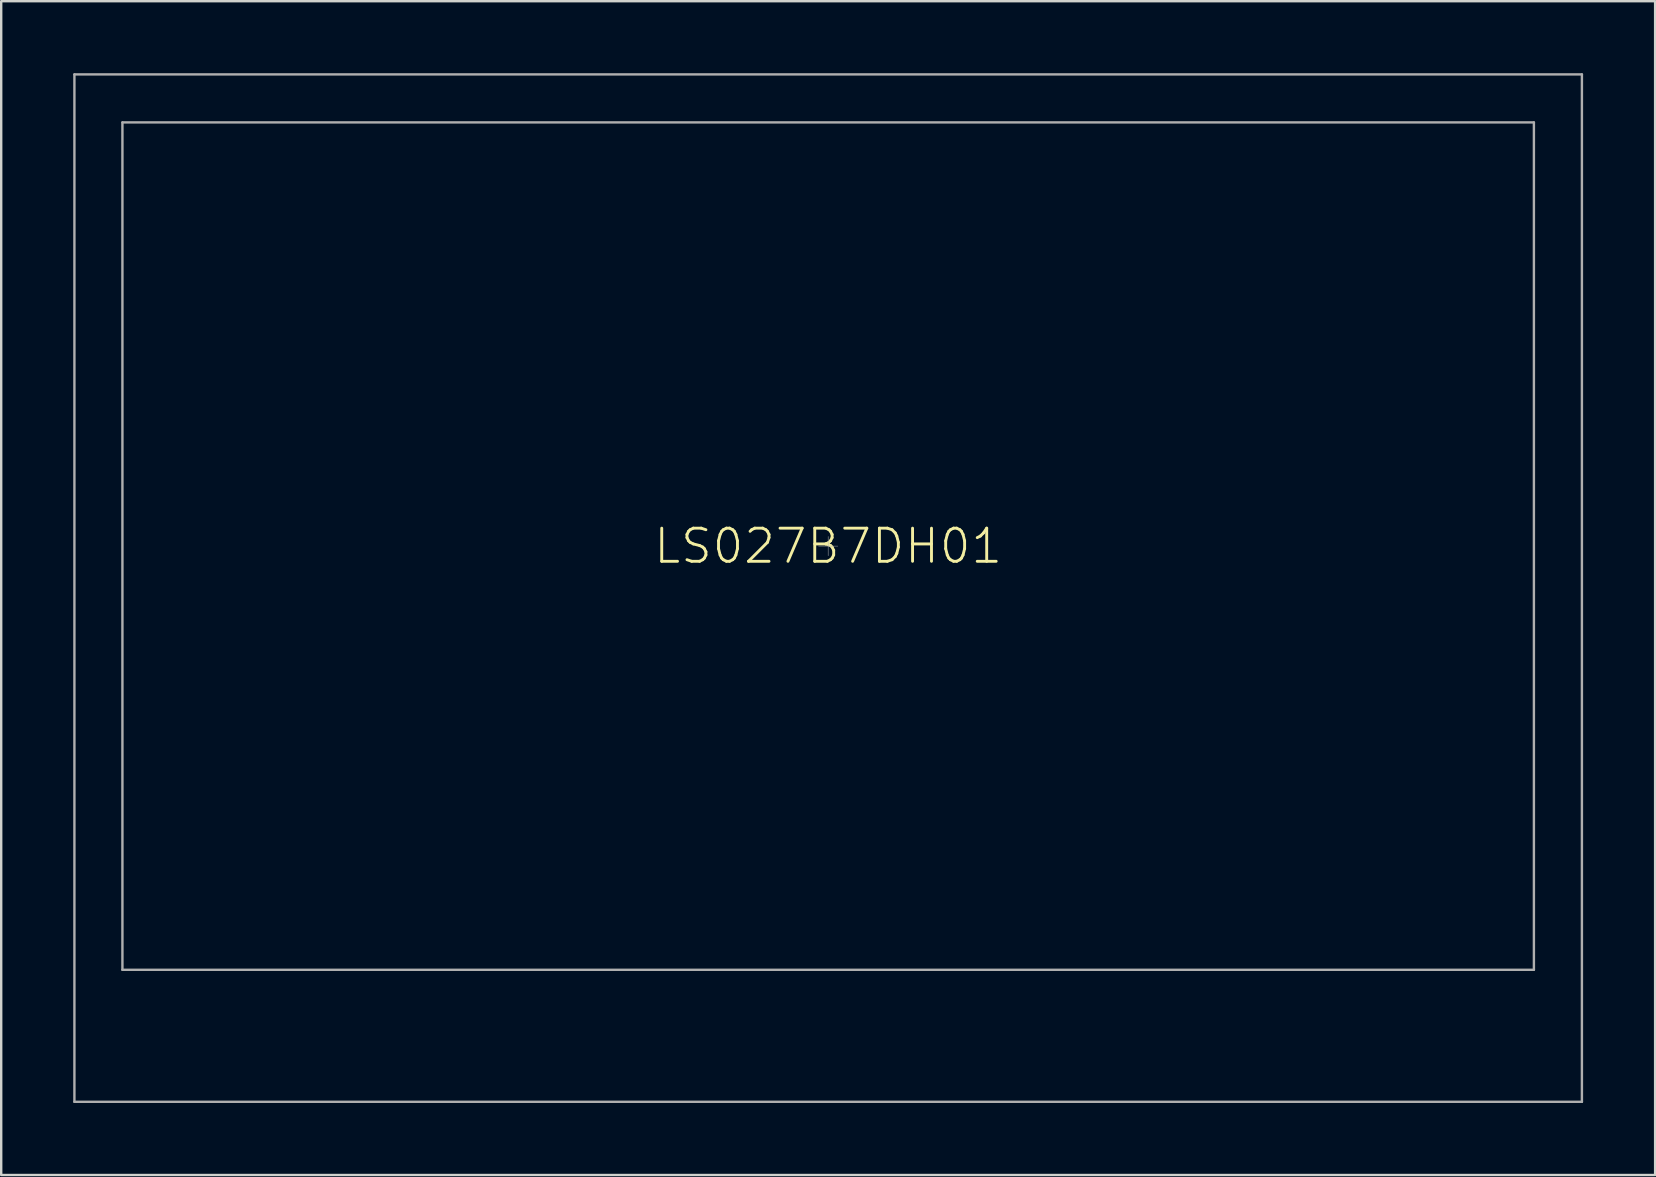
<source format=kicad_pcb>
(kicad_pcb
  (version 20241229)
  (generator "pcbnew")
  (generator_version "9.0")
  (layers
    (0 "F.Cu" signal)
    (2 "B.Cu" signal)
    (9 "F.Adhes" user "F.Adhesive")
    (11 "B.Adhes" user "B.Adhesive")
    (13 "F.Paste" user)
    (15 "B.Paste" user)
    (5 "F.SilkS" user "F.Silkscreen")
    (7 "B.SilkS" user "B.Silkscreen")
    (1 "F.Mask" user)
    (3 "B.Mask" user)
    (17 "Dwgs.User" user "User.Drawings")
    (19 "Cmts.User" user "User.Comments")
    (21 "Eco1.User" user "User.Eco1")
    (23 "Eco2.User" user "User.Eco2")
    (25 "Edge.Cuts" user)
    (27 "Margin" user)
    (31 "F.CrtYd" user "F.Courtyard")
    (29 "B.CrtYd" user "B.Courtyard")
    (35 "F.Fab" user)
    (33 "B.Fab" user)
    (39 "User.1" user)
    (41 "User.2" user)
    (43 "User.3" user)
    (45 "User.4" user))
  (footprint "LS027B7DH01"
    (layer "F.Cu")
    (at 31.45 19.7)
    (property "Reference" "LS027B7DH01" (at 0 0 0) (unlocked yes) (layer "F.SilkS") (effects (font (size 1.38 1.38) (thickness 0.12))))
    (fp_line (start -31.4 -19.65) (end -31.4 23.15) (stroke (width 0.1) (type solid)) (layer "F.Fab"))
    (fp_line (start -31.4 23.15) (end 31.4 23.15) (stroke (width 0.1) (type solid)) (layer "F.Fab"))
    (fp_line (start -29.4 -17.65) (end 29.4 -17.65) (stroke (width 0.1) (type solid)) (layer "F.Fab"))
    (fp_line (start -29.4 17.65) (end -29.4 -17.65) (stroke (width 0.1) (type solid)) (layer "F.Fab"))
    (fp_line (start -0.4 0) (end 0.4 0) (stroke (width 0.02) (type solid)) (layer "F.Fab"))
    (fp_line (start 0 0.4) (end 0 -0.4) (stroke (width 0.02) (type solid)) (layer "F.Fab"))
    (fp_line (start 29.4 -17.65) (end 29.4 17.65) (stroke (width 0.1) (type solid)) (layer "F.Fab"))
    (fp_line (start 29.4 17.65) (end -29.4 17.65) (stroke (width 0.1) (type solid)) (layer "F.Fab"))
    (fp_line (start 31.4 -19.65) (end -31.4 -19.65) (stroke (width 0.1) (type solid)) (layer "F.Fab"))
    (fp_line (start 31.4 23.15) (end 31.4 -19.65) (stroke (width 0.1) (type solid)) (layer "F.Fab")))
  (gr_rect
    (start -3 -3)
    (end 65.9 45.9)
    (stroke (width 0.1) (type default))
    (fill no)
    (layer "Edge.Cuts")))
</source>
